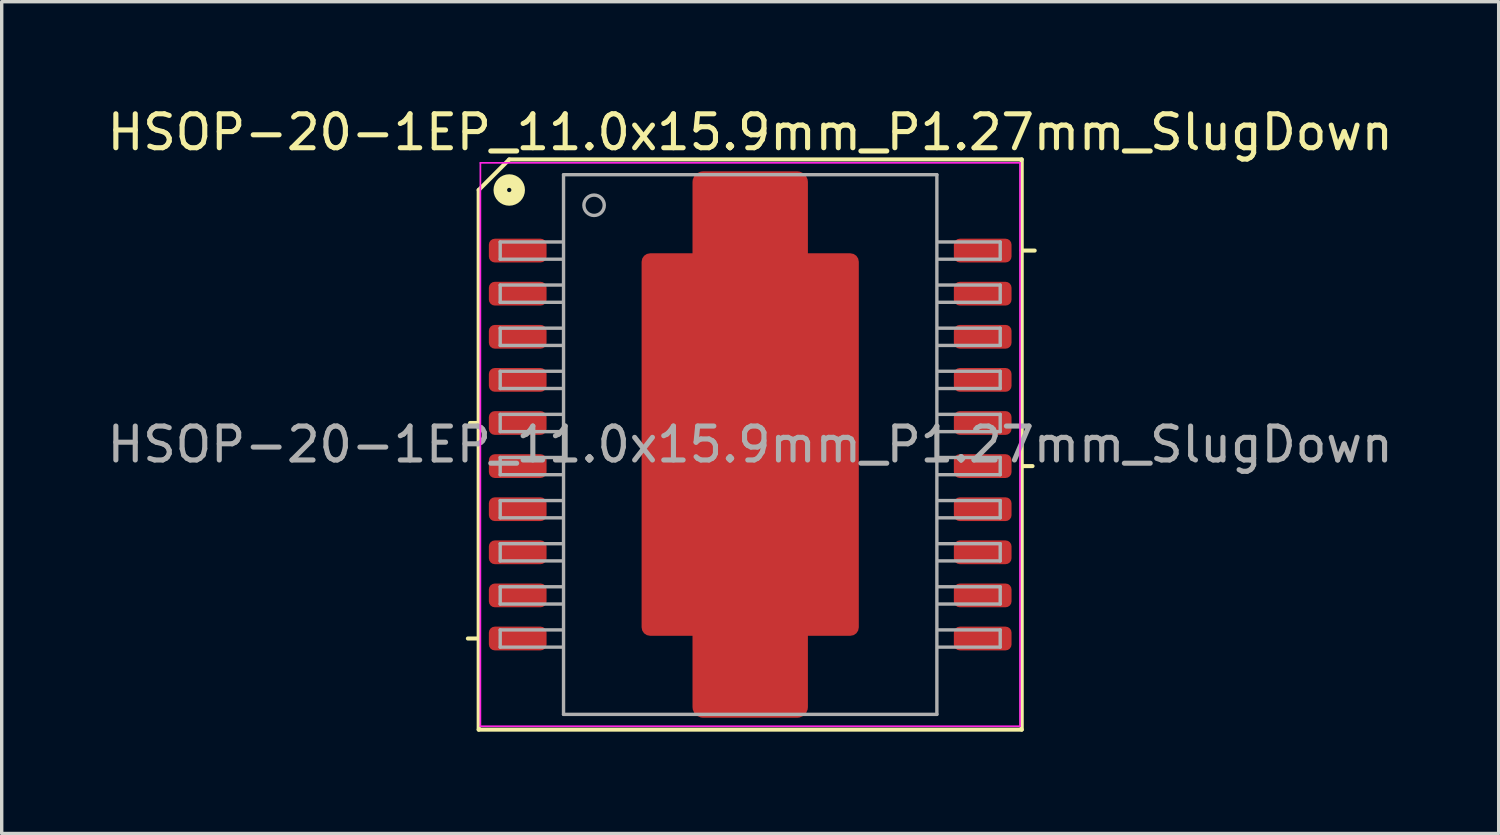
<source format=kicad_pcb>
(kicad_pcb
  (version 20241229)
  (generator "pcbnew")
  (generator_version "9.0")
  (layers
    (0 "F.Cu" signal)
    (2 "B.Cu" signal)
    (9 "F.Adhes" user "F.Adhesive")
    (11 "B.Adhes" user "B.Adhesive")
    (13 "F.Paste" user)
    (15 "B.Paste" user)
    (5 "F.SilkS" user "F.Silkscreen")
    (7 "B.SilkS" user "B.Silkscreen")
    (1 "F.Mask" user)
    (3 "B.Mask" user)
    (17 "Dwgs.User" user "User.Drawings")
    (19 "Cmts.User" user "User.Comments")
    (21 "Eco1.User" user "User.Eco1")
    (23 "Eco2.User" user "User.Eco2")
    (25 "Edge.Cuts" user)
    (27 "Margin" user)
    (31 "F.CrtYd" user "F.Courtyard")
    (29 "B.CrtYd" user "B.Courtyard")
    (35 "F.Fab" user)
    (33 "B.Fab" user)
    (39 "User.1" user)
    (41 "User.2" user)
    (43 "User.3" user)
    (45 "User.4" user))
  (footprint "HSOP-20-1EP_11.0x15.9mm_P1.27mm_SlugDown"
    (layer "F.Cu")
    (at 19.054 10.048)
    (property "Reference" "HSOP-20-1EP_11.0x15.9mm_P1.27mm_SlugDown" (at 0 -9.2 0) (layer "F.SilkS") (effects (font (size 1 1) (thickness 0.15))))
    (attr smd)
    (fp_line (start -8.001 -0.635) (end -8.255 -0.635) (stroke (width 0.12) (type solid)) (layer "F.SilkS"))
    (fp_line (start -8 -7.5) (end -8 8.4) (stroke (width 0.12) (type solid)) (layer "F.SilkS"))
    (fp_line (start -8 -7.5) (end -7.1 -8.4) (stroke (width 0.12) (type solid)) (layer "F.SilkS"))
    (fp_line (start -8 5.715) (end -8.318 5.715) (stroke (width 0.12) (type solid)) (layer "F.SilkS"))
    (fp_line (start -8 8.4) (end 8 8.4) (stroke (width 0.12) (type solid)) (layer "F.SilkS"))
    (fp_line (start 8 -8.4) (end -7.1 -8.4) (stroke (width 0.12) (type solid)) (layer "F.SilkS"))
    (fp_line (start 8 8.4) (end 8 -8.4) (stroke (width 0.12) (type solid)) (layer "F.SilkS"))
    (fp_line (start 8.001 -5.715) (end 8.382 -5.715) (stroke (width 0.12) (type solid)) (layer "F.SilkS"))
    (fp_line (start 8.001 0.635) (end 8.319 0.635) (stroke (width 0.12) (type solid)) (layer "F.SilkS"))
    (fp_circle (center -7.1 -7.5) (end -7.037 -7.5) (stroke (width 0.4) (type solid)) (fill no) (layer "F.SilkS"))
    (fp_line (start -7.95 -8.3) (end -7.95 8.3) (stroke (width 0.05) (type solid)) (layer "F.CrtYd"))
    (fp_line (start -7.95 -8.3) (end 7.95 -8.3) (stroke (width 0.05) (type solid)) (layer "F.CrtYd"))
    (fp_line (start 7.95 8.3) (end -7.95 8.3) (stroke (width 0.05) (type solid)) (layer "F.CrtYd"))
    (fp_line (start 7.95 8.3) (end 7.95 -8.3) (stroke (width 0.05) (type solid)) (layer "F.CrtYd"))
    (fp_line (start -7.366 -5.969) (end -7.366 -5.461) (stroke (width 0.1) (type solid)) (layer "F.Fab"))
    (fp_line (start -7.366 -5.969) (end -5.524 -5.969) (stroke (width 0.1) (type solid)) (layer "F.Fab"))
    (fp_line (start -7.366 -5.461) (end -5.524 -5.461) (stroke (width 0.1) (type solid)) (layer "F.Fab"))
    (fp_line (start -7.366 -4.699) (end -7.366 -4.191) (stroke (width 0.1) (type solid)) (layer "F.Fab"))
    (fp_line (start -7.366 -4.699) (end -5.524 -4.699) (stroke (width 0.1) (type solid)) (layer "F.Fab"))
    (fp_line (start -7.366 -4.191) (end -5.524 -4.191) (stroke (width 0.1) (type solid)) (layer "F.Fab"))
    (fp_line (start -7.366 -3.429) (end -7.366 -2.921) (stroke (width 0.1) (type solid)) (layer "F.Fab"))
    (fp_line (start -7.366 -3.429) (end -5.524 -3.429) (stroke (width 0.1) (type solid)) (layer "F.Fab"))
    (fp_line (start -7.366 -2.921) (end -5.524 -2.921) (stroke (width 0.1) (type solid)) (layer "F.Fab"))
    (fp_line (start -7.366 -2.159) (end -7.366 -1.651) (stroke (width 0.1) (type solid)) (layer "F.Fab"))
    (fp_line (start -7.366 -2.159) (end -5.524 -2.159) (stroke (width 0.1) (type solid)) (layer "F.Fab"))
    (fp_line (start -7.366 -1.651) (end -5.524 -1.651) (stroke (width 0.1) (type solid)) (layer "F.Fab"))
    (fp_line (start -7.366 -0.889) (end -7.366 -0.381) (stroke (width 0.1) (type solid)) (layer "F.Fab"))
    (fp_line (start -7.366 -0.889) (end -5.524 -0.889) (stroke (width 0.1) (type solid)) (layer "F.Fab"))
    (fp_line (start -7.366 -0.381) (end -5.524 -0.381) (stroke (width 0.1) (type solid)) (layer "F.Fab"))
    (fp_line (start -7.366 0.381) (end -7.366 0.889) (stroke (width 0.1) (type solid)) (layer "F.Fab"))
    (fp_line (start -7.366 0.381) (end -5.524 0.381) (stroke (width 0.1) (type solid)) (layer "F.Fab"))
    (fp_line (start -7.366 0.889) (end -5.524 0.889) (stroke (width 0.1) (type solid)) (layer "F.Fab"))
    (fp_line (start -7.366 1.651) (end -7.366 2.159) (stroke (width 0.1) (type solid)) (layer "F.Fab"))
    (fp_line (start -7.366 1.651) (end -5.524 1.651) (stroke (width 0.1) (type solid)) (layer "F.Fab"))
    (fp_line (start -7.366 2.159) (end -5.524 2.159) (stroke (width 0.1) (type solid)) (layer "F.Fab"))
    (fp_line (start -7.366 2.921) (end -7.366 3.429) (stroke (width 0.1) (type solid)) (layer "F.Fab"))
    (fp_line (start -7.366 2.921) (end -5.524 2.921) (stroke (width 0.1) (type solid)) (layer "F.Fab"))
    (fp_line (start -7.366 3.429) (end -5.524 3.429) (stroke (width 0.1) (type solid)) (layer "F.Fab"))
    (fp_line (start -7.366 4.191) (end -7.366 4.699) (stroke (width 0.1) (type solid)) (layer "F.Fab"))
    (fp_line (start -7.366 4.191) (end -5.524 4.191) (stroke (width 0.1) (type solid)) (layer "F.Fab"))
    (fp_line (start -7.366 4.699) (end -5.524 4.699) (stroke (width 0.1) (type solid)) (layer "F.Fab"))
    (fp_line (start -7.366 5.461) (end -7.366 5.969) (stroke (width 0.1) (type solid)) (layer "F.Fab"))
    (fp_line (start -7.366 5.461) (end -5.524 5.461) (stroke (width 0.1) (type solid)) (layer "F.Fab"))
    (fp_line (start -7.366 5.969) (end -5.524 5.969) (stroke (width 0.1) (type solid)) (layer "F.Fab"))
    (fp_line (start -5.5 -7.95) (end -5.5 7.95) (stroke (width 0.1) (type solid)) (layer "F.Fab"))
    (fp_line (start -5.5 7.95) (end 5.5 7.95) (stroke (width 0.1) (type solid)) (layer "F.Fab"))
    (fp_line (start 5.5 -7.95) (end -5.5 -7.95) (stroke (width 0.1) (type solid)) (layer "F.Fab"))
    (fp_line (start 5.5 7.95) (end 5.5 -7.95) (stroke (width 0.1) (type solid)) (layer "F.Fab"))
    (fp_line (start 7.366 -5.969) (end 5.524 -5.969) (stroke (width 0.1) (type solid)) (layer "F.Fab"))
    (fp_line (start 7.366 -5.461) (end 5.524 -5.461) (stroke (width 0.1) (type solid)) (layer "F.Fab"))
    (fp_line (start 7.366 -5.461) (end 7.366 -5.969) (stroke (width 0.1) (type solid)) (layer "F.Fab"))
    (fp_line (start 7.366 -4.699) (end 5.524 -4.699) (stroke (width 0.1) (type solid)) (layer "F.Fab"))
    (fp_line (start 7.366 -4.191) (end 5.524 -4.191) (stroke (width 0.1) (type solid)) (layer "F.Fab"))
    (fp_line (start 7.366 -4.191) (end 7.366 -4.699) (stroke (width 0.1) (type solid)) (layer "F.Fab"))
    (fp_line (start 7.366 -3.429) (end 5.524 -3.429) (stroke (width 0.1) (type solid)) (layer "F.Fab"))
    (fp_line (start 7.366 -2.921) (end 5.524 -2.921) (stroke (width 0.1) (type solid)) (layer "F.Fab"))
    (fp_line (start 7.366 -2.921) (end 7.366 -3.429) (stroke (width 0.1) (type solid)) (layer "F.Fab"))
    (fp_line (start 7.366 -2.159) (end 5.524 -2.159) (stroke (width 0.1) (type solid)) (layer "F.Fab"))
    (fp_line (start 7.366 -1.651) (end 5.524 -1.651) (stroke (width 0.1) (type solid)) (layer "F.Fab"))
    (fp_line (start 7.366 -1.651) (end 7.366 -2.159) (stroke (width 0.1) (type solid)) (layer "F.Fab"))
    (fp_line (start 7.366 -0.889) (end 5.524 -0.889) (stroke (width 0.1) (type solid)) (layer "F.Fab"))
    (fp_line (start 7.366 -0.381) (end 5.524 -0.381) (stroke (width 0.1) (type solid)) (layer "F.Fab"))
    (fp_line (start 7.366 -0.381) (end 7.366 -0.889) (stroke (width 0.1) (type solid)) (layer "F.Fab"))
    (fp_line (start 7.366 0.381) (end 5.524 0.381) (stroke (width 0.1) (type solid)) (layer "F.Fab"))
    (fp_line (start 7.366 0.889) (end 5.524 0.889) (stroke (width 0.1) (type solid)) (layer "F.Fab"))
    (fp_line (start 7.366 0.889) (end 7.366 0.381) (stroke (width 0.1) (type solid)) (layer "F.Fab"))
    (fp_line (start 7.366 1.651) (end 5.524 1.651) (stroke (width 0.1) (type solid)) (layer "F.Fab"))
    (fp_line (start 7.366 2.159) (end 5.524 2.159) (stroke (width 0.1) (type solid)) (layer "F.Fab"))
    (fp_line (start 7.366 2.159) (end 7.366 1.651) (stroke (width 0.1) (type solid)) (layer "F.Fab"))
    (fp_line (start 7.366 2.921) (end 5.524 2.921) (stroke (width 0.1) (type solid)) (layer "F.Fab"))
    (fp_line (start 7.366 3.429) (end 5.524 3.429) (stroke (width 0.1) (type solid)) (layer "F.Fab"))
    (fp_line (start 7.366 3.429) (end 7.366 2.921) (stroke (width 0.1) (type solid)) (layer "F.Fab"))
    (fp_line (start 7.366 4.191) (end 5.524 4.191) (stroke (width 0.1) (type solid)) (layer "F.Fab"))
    (fp_line (start 7.366 4.699) (end 5.524 4.699) (stroke (width 0.1) (type solid)) (layer "F.Fab"))
    (fp_line (start 7.366 4.699) (end 7.366 4.191) (stroke (width 0.1) (type solid)) (layer "F.Fab"))
    (fp_line (start 7.366 5.461) (end 5.524 5.461) (stroke (width 0.1) (type solid)) (layer "F.Fab"))
    (fp_line (start 7.366 5.969) (end 5.524 5.969) (stroke (width 0.1) (type solid)) (layer "F.Fab"))
    (fp_line (start 7.366 5.969) (end 7.366 5.461) (stroke (width 0.1) (type solid)) (layer "F.Fab"))
    (fp_circle (center -4.6 -7.05) (end -4.3 -7.05) (stroke (width 0.1) (type solid)) (fill no) (layer "F.Fab"))
    (fp_text user "${REFERENCE}" (at 0 0 0) (layer "F.Fab") (effects (font (size 1 1) (thickness 0.15))))
    (pad "" smd roundrect (at -2.4 -4.5) (size 1.3 1.5) (layers "F.Paste") (roundrect_rratio 0.167))
    (pad "" smd roundrect (at -2.4 -2.7) (size 1.3 1.5) (layers "F.Paste") (roundrect_rratio 0.167))
    (pad "" smd roundrect (at -2.4 -0.9) (size 1.3 1.5) (layers "F.Paste") (roundrect_rratio 0.167))
    (pad "" smd roundrect (at -2.4 0.9) (size 1.3 1.5) (layers "F.Paste") (roundrect_rratio 0.167))
    (pad "" smd roundrect (at -2.4 2.7) (size 1.3 1.5) (layers "F.Paste") (roundrect_rratio 0.167))
    (pad "" smd roundrect (at -2.4 4.5) (size 1.3 1.5) (layers "F.Paste") (roundrect_rratio 0.167))
    (pad "" smd roundrect (at -0.8 -7.6) (size 1.3 0.6) (layers "F.Paste") (roundrect_rratio 0.167))
    (pad "" smd roundrect (at -0.8 -6.3) (size 1.3 1.5) (layers "F.Paste") (roundrect_rratio 0.167))
    (pad "" smd roundrect (at -0.8 -4.5) (size 1.3 1.5) (layers "F.Paste") (roundrect_rratio 0.167))
    (pad "" smd roundrect (at -0.8 -2.7) (size 1.3 1.5) (layers "F.Paste") (roundrect_rratio 0.167))
    (pad "" smd roundrect (at -0.8 -0.9) (size 1.3 1.5) (layers "F.Paste") (roundrect_rratio 0.167))
    (pad "" smd roundrect (at -0.8 0.9) (size 1.3 1.5) (layers "F.Paste") (roundrect_rratio 0.167))
    (pad "" smd roundrect (at -0.8 2.7) (size 1.3 1.5) (layers "F.Paste") (roundrect_rratio 0.167))
    (pad "" smd roundrect (at -0.8 4.5) (size 1.3 1.5) (layers "F.Paste") (roundrect_rratio 0.167))
    (pad "" smd roundrect (at -0.8 6.3) (size 1.3 1.5) (layers "F.Paste") (roundrect_rratio 0.167))
    (pad "" smd roundrect (at -0.8 7.6) (size 1.3 0.6) (layers "F.Paste") (roundrect_rratio 0.167))
    (pad "" smd roundrect (at 0.8 -7.6) (size 1.3 0.6) (layers "F.Paste") (roundrect_rratio 0.167))
    (pad "" smd roundrect (at 0.8 -6.3) (size 1.3 1.5) (layers "F.Paste") (roundrect_rratio 0.167))
    (pad "" smd roundrect (at 0.8 -4.5) (size 1.3 1.5) (layers "F.Paste") (roundrect_rratio 0.167))
    (pad "" smd roundrect (at 0.8 -2.7) (size 1.3 1.5) (layers "F.Paste") (roundrect_rratio 0.167))
    (pad "" smd roundrect (at 0.8 -0.9) (size 1.3 1.5) (layers "F.Paste") (roundrect_rratio 0.167))
    (pad "" smd roundrect (at 0.8 0.9) (size 1.3 1.5) (layers "F.Paste") (roundrect_rratio 0.167))
    (pad "" smd roundrect (at 0.8 2.7) (size 1.3 1.5) (layers "F.Paste") (roundrect_rratio 0.167))
    (pad "" smd roundrect (at 0.8 4.5) (size 1.3 1.5) (layers "F.Paste") (roundrect_rratio 0.167))
    (pad "" smd roundrect (at 0.8 6.3) (size 1.3 1.5) (layers "F.Paste") (roundrect_rratio 0.167))
    (pad "" smd roundrect (at 0.8 7.6) (size 1.3 0.6) (layers "F.Paste") (roundrect_rratio 0.167))
    (pad "" smd roundrect (at 2.4 -4.5) (size 1.3 1.5) (layers "F.Paste") (roundrect_rratio 0.167))
    (pad "" smd roundrect (at 2.4 -2.7) (size 1.3 1.5) (layers "F.Paste") (roundrect_rratio 0.167))
    (pad "" smd roundrect (at 2.4 -0.9) (size 1.3 1.5) (layers "F.Paste") (roundrect_rratio 0.167))
    (pad "" smd roundrect (at 2.4 0.9) (size 1.3 1.5) (layers "F.Paste") (roundrect_rratio 0.167))
    (pad "" smd roundrect (at 2.4 2.7) (size 1.3 1.5) (layers "F.Paste") (roundrect_rratio 0.167))
    (pad "" smd roundrect (at 2.4 4.5) (size 1.3 1.5) (layers "F.Paste") (roundrect_rratio 0.167))
    (pad "1" smd roundrect (at -6.85 -5.715) (size 1.7 0.7) (layers "F.Cu" "F.Mask" "F.Paste") (roundrect_rratio 0.25))
    (pad "2" smd roundrect (at -6.85 -4.445) (size 1.7 0.7) (layers "F.Cu" "F.Mask" "F.Paste") (roundrect_rratio 0.25))
    (pad "3" smd roundrect (at -6.85 -3.175) (size 1.7 0.7) (layers "F.Cu" "F.Mask" "F.Paste") (roundrect_rratio 0.25))
    (pad "4" smd roundrect (at -6.85 -1.905) (size 1.7 0.7) (layers "F.Cu" "F.Mask" "F.Paste") (roundrect_rratio 0.25))
    (pad "5" smd roundrect (at -6.85 -0.635) (size 1.7 0.7) (layers "F.Cu" "F.Mask" "F.Paste") (roundrect_rratio 0.25))
    (pad "6" smd roundrect (at -6.85 0.635) (size 1.7 0.7) (layers "F.Cu" "F.Mask" "F.Paste") (roundrect_rratio 0.25))
    (pad "7" smd roundrect (at -6.85 1.905) (size 1.7 0.7) (layers "F.Cu" "F.Mask" "F.Paste") (roundrect_rratio 0.25))
    (pad "8" smd roundrect (at -6.85 3.175) (size 1.7 0.7) (layers "F.Cu" "F.Mask" "F.Paste") (roundrect_rratio 0.25))
    (pad "9" smd roundrect (at -6.85 4.445) (size 1.7 0.7) (layers "F.Cu" "F.Mask" "F.Paste") (roundrect_rratio 0.25))
    (pad "10" smd roundrect (at -6.85 5.715) (size 1.7 0.7) (layers "F.Cu" "F.Mask" "F.Paste") (roundrect_rratio 0.25))
    (pad "11" smd roundrect (at 6.85 5.715) (size 1.7 0.7) (layers "F.Cu" "F.Mask" "F.Paste") (roundrect_rratio 0.25))
    (pad "12" smd roundrect (at 6.85 4.445) (size 1.7 0.7) (layers "F.Cu" "F.Mask" "F.Paste") (roundrect_rratio 0.25))
    (pad "13" smd roundrect (at 6.85 3.175) (size 1.7 0.7) (layers "F.Cu" "F.Mask" "F.Paste") (roundrect_rratio 0.25))
    (pad "14" smd roundrect (at 6.85 1.905) (size 1.7 0.7) (layers "F.Cu" "F.Mask" "F.Paste") (roundrect_rratio 0.25))
    (pad "15" smd roundrect (at 6.85 0.635) (size 1.7 0.7) (layers "F.Cu" "F.Mask" "F.Paste") (roundrect_rratio 0.25))
    (pad "16" smd roundrect (at 6.85 -0.635) (size 1.7 0.7) (layers "F.Cu" "F.Mask" "F.Paste") (roundrect_rratio 0.25))
    (pad "17" smd roundrect (at 6.85 -1.905) (size 1.7 0.7) (layers "F.Cu" "F.Mask" "F.Paste") (roundrect_rratio 0.25))
    (pad "18" smd roundrect (at 6.85 -3.175) (size 1.7 0.7) (layers "F.Cu" "F.Mask" "F.Paste") (roundrect_rratio 0.25))
    (pad "19" smd roundrect (at 6.85 -4.445) (size 1.7 0.7) (layers "F.Cu" "F.Mask" "F.Paste") (roundrect_rratio 0.25))
    (pad "20" smd roundrect (at 6.85 -5.715) (size 1.7 0.7) (layers "F.Cu" "F.Mask" "F.Paste") (roundrect_rratio 0.25))
    (pad "21" smd roundrect (at 0 -6.55) (size 3.4 3) (layers "F.Cu" "F.Mask") (roundrect_rratio 0.104))
    (pad "21" smd roundrect (at 0 0) (size 6.4 11.27) (layers "F.Cu" "F.Mask") (roundrect_rratio 0.039))
    (pad "21" smd roundrect (at 0 6.55) (size 3.4 3) (layers "F.Cu" "F.Mask") (roundrect_rratio 0.104)))
  (gr_rect
    (start -3 -3)
    (end 41.107 21.508)
    (stroke (width 0.1) (type default))
    (fill no)
    (layer "Edge.Cuts")))
</source>
